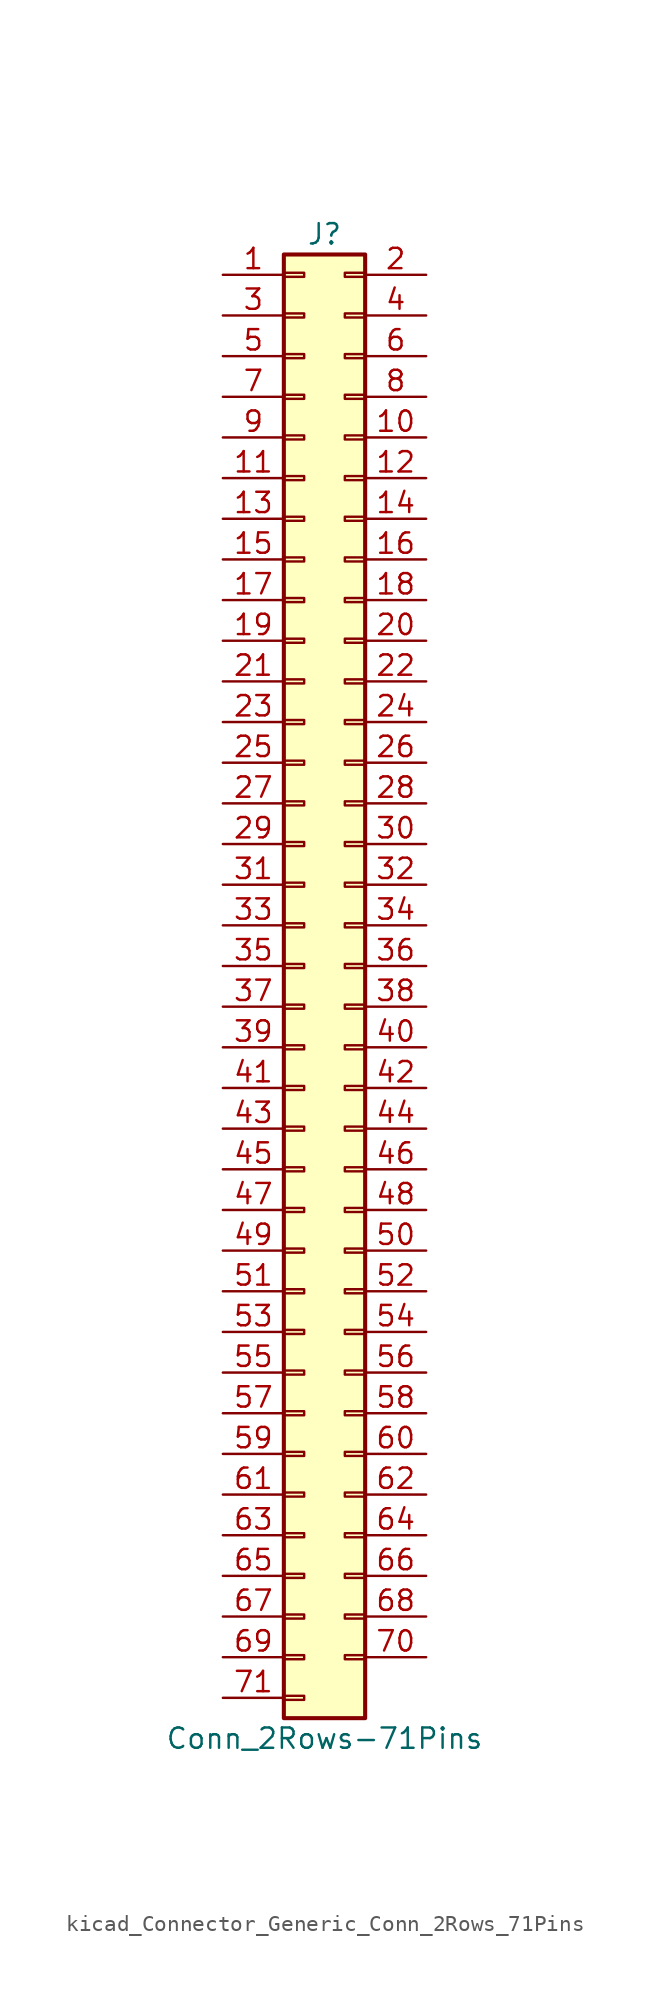
<source format=kicad_sym>
(kicad_symbol_lib
  (version 20220914)
  (generator kicad_symbol_editor)
  (symbol "kicad_Connector_Generic_Conn_2Rows_71Pins"
    (pin_names
      (offset 1.016) hide)
    (property "Reference" "J"
      (at 1.27 45.72 0)
      (effects (font (size 1.27 1.27))))
    (property "Value" "Conn_2Rows-71Pins"
      (at 1.27 -48.26 0)
      (effects (font (size 1.27 1.27))))
    (symbol "kicad_Connector_Generic_Conn_2Rows_71Pins_1_1"
      (rectangle (start -1.27 -45.593) (end 0 -45.847) (stroke (width 0.152) (type default)) (fill (type none)))
      (rectangle (start -1.27 -43.053) (end 0 -43.307) (stroke (width 0.152) (type default)) (fill (type none)))
      (rectangle (start -1.27 -40.513) (end 0 -40.767) (stroke (width 0.152) (type default)) (fill (type none)))
      (rectangle (start -1.27 -37.973) (end 0 -38.227) (stroke (width 0.152) (type default)) (fill (type none)))
      (rectangle (start -1.27 -35.433) (end 0 -35.687) (stroke (width 0.152) (type default)) (fill (type none)))
      (rectangle (start -1.27 -32.893) (end 0 -33.147) (stroke (width 0.152) (type default)) (fill (type none)))
      (rectangle (start -1.27 -30.353) (end 0 -30.607) (stroke (width 0.152) (type default)) (fill (type none)))
      (rectangle (start -1.27 -27.813) (end 0 -28.067) (stroke (width 0.152) (type default)) (fill (type none)))
      (rectangle (start -1.27 -25.273) (end 0 -25.527) (stroke (width 0.152) (type default)) (fill (type none)))
      (rectangle (start -1.27 -22.733) (end 0 -22.987) (stroke (width 0.152) (type default)) (fill (type none)))
      (rectangle (start -1.27 -20.193) (end 0 -20.447) (stroke (width 0.152) (type default)) (fill (type none)))
      (rectangle (start -1.27 -17.653) (end 0 -17.907) (stroke (width 0.152) (type default)) (fill (type none)))
      (rectangle (start -1.27 -15.113) (end 0 -15.367) (stroke (width 0.152) (type default)) (fill (type none)))
      (rectangle (start -1.27 -12.573) (end 0 -12.827) (stroke (width 0.152) (type default)) (fill (type none)))
      (rectangle (start -1.27 -10.033) (end 0 -10.287) (stroke (width 0.152) (type default)) (fill (type none)))
      (rectangle (start -1.27 -7.493) (end 0 -7.747) (stroke (width 0.152) (type default)) (fill (type none)))
      (rectangle (start -1.27 -4.953) (end 0 -5.207) (stroke (width 0.152) (type default)) (fill (type none)))
      (rectangle (start -1.27 -2.413) (end 0 -2.667) (stroke (width 0.152) (type default)) (fill (type none)))
      (rectangle (start -1.27 0.127) (end 0 -0.127) (stroke (width 0.152) (type default)) (fill (type none)))
      (rectangle (start -1.27 2.667) (end 0 2.413) (stroke (width 0.152) (type default)) (fill (type none)))
      (rectangle (start -1.27 5.207) (end 0 4.953) (stroke (width 0.152) (type default)) (fill (type none)))
      (rectangle (start -1.27 7.747) (end 0 7.493) (stroke (width 0.152) (type default)) (fill (type none)))
      (rectangle (start -1.27 10.287) (end 0 10.033) (stroke (width 0.152) (type default)) (fill (type none)))
      (rectangle (start -1.27 12.827) (end 0 12.573) (stroke (width 0.152) (type default)) (fill (type none)))
      (rectangle (start -1.27 15.367) (end 0 15.113) (stroke (width 0.152) (type default)) (fill (type none)))
      (rectangle (start -1.27 17.907) (end 0 17.653) (stroke (width 0.152) (type default)) (fill (type none)))
      (rectangle (start -1.27 20.447) (end 0 20.193) (stroke (width 0.152) (type default)) (fill (type none)))
      (rectangle (start -1.27 22.987) (end 0 22.733) (stroke (width 0.152) (type default)) (fill (type none)))
      (rectangle (start -1.27 25.527) (end 0 25.273) (stroke (width 0.152) (type default)) (fill (type none)))
      (rectangle (start -1.27 28.067) (end 0 27.813) (stroke (width 0.152) (type default)) (fill (type none)))
      (rectangle (start -1.27 30.607) (end 0 30.353) (stroke (width 0.152) (type default)) (fill (type none)))
      (rectangle (start -1.27 33.147) (end 0 32.893) (stroke (width 0.152) (type default)) (fill (type none)))
      (rectangle (start -1.27 35.687) (end 0 35.433) (stroke (width 0.152) (type default)) (fill (type none)))
      (rectangle (start -1.27 38.227) (end 0 37.973) (stroke (width 0.152) (type default)) (fill (type none)))
      (rectangle (start -1.27 40.767) (end 0 40.513) (stroke (width 0.152) (type default)) (fill (type none)))
      (rectangle (start -1.27 43.307) (end 0 43.053) (stroke (width 0.152) (type default)) (fill (type none)))
      (rectangle (start -1.27 44.45) (end 3.81 -46.99) (stroke (width 0.254) (type default)) (fill (type background)))
      (rectangle (start 3.81 -43.053) (end 2.54 -43.307) (stroke (width 0.152) (type default)) (fill (type none)))
      (rectangle (start 3.81 -40.513) (end 2.54 -40.767) (stroke (width 0.152) (type default)) (fill (type none)))
      (rectangle (start 3.81 -37.973) (end 2.54 -38.227) (stroke (width 0.152) (type default)) (fill (type none)))
      (rectangle (start 3.81 -35.433) (end 2.54 -35.687) (stroke (width 0.152) (type default)) (fill (type none)))
      (rectangle (start 3.81 -32.893) (end 2.54 -33.147) (stroke (width 0.152) (type default)) (fill (type none)))
      (rectangle (start 3.81 -30.353) (end 2.54 -30.607) (stroke (width 0.152) (type default)) (fill (type none)))
      (rectangle (start 3.81 -27.813) (end 2.54 -28.067) (stroke (width 0.152) (type default)) (fill (type none)))
      (rectangle (start 3.81 -25.273) (end 2.54 -25.527) (stroke (width 0.152) (type default)) (fill (type none)))
      (rectangle (start 3.81 -22.733) (end 2.54 -22.987) (stroke (width 0.152) (type default)) (fill (type none)))
      (rectangle (start 3.81 -20.193) (end 2.54 -20.447) (stroke (width 0.152) (type default)) (fill (type none)))
      (rectangle (start 3.81 -17.653) (end 2.54 -17.907) (stroke (width 0.152) (type default)) (fill (type none)))
      (rectangle (start 3.81 -15.113) (end 2.54 -15.367) (stroke (width 0.152) (type default)) (fill (type none)))
      (rectangle (start 3.81 -12.573) (end 2.54 -12.827) (stroke (width 0.152) (type default)) (fill (type none)))
      (rectangle (start 3.81 -10.033) (end 2.54 -10.287) (stroke (width 0.152) (type default)) (fill (type none)))
      (rectangle (start 3.81 -7.493) (end 2.54 -7.747) (stroke (width 0.152) (type default)) (fill (type none)))
      (rectangle (start 3.81 -4.953) (end 2.54 -5.207) (stroke (width 0.152) (type default)) (fill (type none)))
      (rectangle (start 3.81 -2.413) (end 2.54 -2.667) (stroke (width 0.152) (type default)) (fill (type none)))
      (rectangle (start 3.81 0.127) (end 2.54 -0.127) (stroke (width 0.152) (type default)) (fill (type none)))
      (rectangle (start 3.81 2.667) (end 2.54 2.413) (stroke (width 0.152) (type default)) (fill (type none)))
      (rectangle (start 3.81 5.207) (end 2.54 4.953) (stroke (width 0.152) (type default)) (fill (type none)))
      (rectangle (start 3.81 7.747) (end 2.54 7.493) (stroke (width 0.152) (type default)) (fill (type none)))
      (rectangle (start 3.81 10.287) (end 2.54 10.033) (stroke (width 0.152) (type default)) (fill (type none)))
      (rectangle (start 3.81 12.827) (end 2.54 12.573) (stroke (width 0.152) (type default)) (fill (type none)))
      (rectangle (start 3.81 15.367) (end 2.54 15.113) (stroke (width 0.152) (type default)) (fill (type none)))
      (rectangle (start 3.81 17.907) (end 2.54 17.653) (stroke (width 0.152) (type default)) (fill (type none)))
      (rectangle (start 3.81 20.447) (end 2.54 20.193) (stroke (width 0.152) (type default)) (fill (type none)))
      (rectangle (start 3.81 22.987) (end 2.54 22.733) (stroke (width 0.152) (type default)) (fill (type none)))
      (rectangle (start 3.81 25.527) (end 2.54 25.273) (stroke (width 0.152) (type default)) (fill (type none)))
      (rectangle (start 3.81 28.067) (end 2.54 27.813) (stroke (width 0.152) (type default)) (fill (type none)))
      (rectangle (start 3.81 30.607) (end 2.54 30.353) (stroke (width 0.152) (type default)) (fill (type none)))
      (rectangle (start 3.81 33.147) (end 2.54 32.893) (stroke (width 0.152) (type default)) (fill (type none)))
      (rectangle (start 3.81 35.687) (end 2.54 35.433) (stroke (width 0.152) (type default)) (fill (type none)))
      (rectangle (start 3.81 38.227) (end 2.54 37.973) (stroke (width 0.152) (type default)) (fill (type none)))
      (rectangle (start 3.81 40.767) (end 2.54 40.513) (stroke (width 0.152) (type default)) (fill (type none)))
      (rectangle (start 3.81 43.307) (end 2.54 43.053) (stroke (width 0.152) (type default)) (fill (type none)))
      (pin passive line (at -5.08 43.18 0) (length 3.81) (name "Pin_1" (effects (font (size 1.27 1.27)))) (number "1" (effects (font (size 1.27 1.27)))))
      (pin passive line (at 7.62 33.02 180) (length 3.81) (name "Pin_10" (effects (font (size 1.27 1.27)))) (number "10" (effects (font (size 1.27 1.27)))))
      (pin passive line (at -5.08 30.48 0) (length 3.81) (name "Pin_11" (effects (font (size 1.27 1.27)))) (number "11" (effects (font (size 1.27 1.27)))))
      (pin passive line (at 7.62 30.48 180) (length 3.81) (name "Pin_12" (effects (font (size 1.27 1.27)))) (number "12" (effects (font (size 1.27 1.27)))))
      (pin passive line (at -5.08 27.94 0) (length 3.81) (name "Pin_13" (effects (font (size 1.27 1.27)))) (number "13" (effects (font (size 1.27 1.27)))))
      (pin passive line (at 7.62 27.94 180) (length 3.81) (name "Pin_14" (effects (font (size 1.27 1.27)))) (number "14" (effects (font (size 1.27 1.27)))))
      (pin passive line (at -5.08 25.4 0) (length 3.81) (name "Pin_15" (effects (font (size 1.27 1.27)))) (number "15" (effects (font (size 1.27 1.27)))))
      (pin passive line (at 7.62 25.4 180) (length 3.81) (name "Pin_16" (effects (font (size 1.27 1.27)))) (number "16" (effects (font (size 1.27 1.27)))))
      (pin passive line (at -5.08 22.86 0) (length 3.81) (name "Pin_17" (effects (font (size 1.27 1.27)))) (number "17" (effects (font (size 1.27 1.27)))))
      (pin passive line (at 7.62 22.86 180) (length 3.81) (name "Pin_18" (effects (font (size 1.27 1.27)))) (number "18" (effects (font (size 1.27 1.27)))))
      (pin passive line (at -5.08 20.32 0) (length 3.81) (name "Pin_19" (effects (font (size 1.27 1.27)))) (number "19" (effects (font (size 1.27 1.27)))))
      (pin passive line (at 7.62 43.18 180) (length 3.81) (name "Pin_2" (effects (font (size 1.27 1.27)))) (number "2" (effects (font (size 1.27 1.27)))))
      (pin passive line (at 7.62 20.32 180) (length 3.81) (name "Pin_20" (effects (font (size 1.27 1.27)))) (number "20" (effects (font (size 1.27 1.27)))))
      (pin passive line (at -5.08 17.78 0) (length 3.81) (name "Pin_21" (effects (font (size 1.27 1.27)))) (number "21" (effects (font (size 1.27 1.27)))))
      (pin passive line (at 7.62 17.78 180) (length 3.81) (name "Pin_22" (effects (font (size 1.27 1.27)))) (number "22" (effects (font (size 1.27 1.27)))))
      (pin passive line (at -5.08 15.24 0) (length 3.81) (name "Pin_23" (effects (font (size 1.27 1.27)))) (number "23" (effects (font (size 1.27 1.27)))))
      (pin passive line (at 7.62 15.24 180) (length 3.81) (name "Pin_24" (effects (font (size 1.27 1.27)))) (number "24" (effects (font (size 1.27 1.27)))))
      (pin passive line (at -5.08 12.7 0) (length 3.81) (name "Pin_25" (effects (font (size 1.27 1.27)))) (number "25" (effects (font (size 1.27 1.27)))))
      (pin passive line (at 7.62 12.7 180) (length 3.81) (name "Pin_26" (effects (font (size 1.27 1.27)))) (number "26" (effects (font (size 1.27 1.27)))))
      (pin passive line (at -5.08 10.16 0) (length 3.81) (name "Pin_27" (effects (font (size 1.27 1.27)))) (number "27" (effects (font (size 1.27 1.27)))))
      (pin passive line (at 7.62 10.16 180) (length 3.81) (name "Pin_28" (effects (font (size 1.27 1.27)))) (number "28" (effects (font (size 1.27 1.27)))))
      (pin passive line (at -5.08 7.62 0) (length 3.81) (name "Pin_29" (effects (font (size 1.27 1.27)))) (number "29" (effects (font (size 1.27 1.27)))))
      (pin passive line (at -5.08 40.64 0) (length 3.81) (name "Pin_3" (effects (font (size 1.27 1.27)))) (number "3" (effects (font (size 1.27 1.27)))))
      (pin passive line (at 7.62 7.62 180) (length 3.81) (name "Pin_30" (effects (font (size 1.27 1.27)))) (number "30" (effects (font (size 1.27 1.27)))))
      (pin passive line (at -5.08 5.08 0) (length 3.81) (name "Pin_31" (effects (font (size 1.27 1.27)))) (number "31" (effects (font (size 1.27 1.27)))))
      (pin passive line (at 7.62 5.08 180) (length 3.81) (name "Pin_32" (effects (font (size 1.27 1.27)))) (number "32" (effects (font (size 1.27 1.27)))))
      (pin passive line (at -5.08 2.54 0) (length 3.81) (name "Pin_33" (effects (font (size 1.27 1.27)))) (number "33" (effects (font (size 1.27 1.27)))))
      (pin passive line (at 7.62 2.54 180) (length 3.81) (name "Pin_34" (effects (font (size 1.27 1.27)))) (number "34" (effects (font (size 1.27 1.27)))))
      (pin passive line (at -5.08 0 0) (length 3.81) (name "Pin_35" (effects (font (size 1.27 1.27)))) (number "35" (effects (font (size 1.27 1.27)))))
      (pin passive line (at 7.62 0 180) (length 3.81) (name "Pin_36" (effects (font (size 1.27 1.27)))) (number "36" (effects (font (size 1.27 1.27)))))
      (pin passive line (at -5.08 -2.54 0) (length 3.81) (name "Pin_37" (effects (font (size 1.27 1.27)))) (number "37" (effects (font (size 1.27 1.27)))))
      (pin passive line (at 7.62 -2.54 180) (length 3.81) (name "Pin_38" (effects (font (size 1.27 1.27)))) (number "38" (effects (font (size 1.27 1.27)))))
      (pin passive line (at -5.08 -5.08 0) (length 3.81) (name "Pin_39" (effects (font (size 1.27 1.27)))) (number "39" (effects (font (size 1.27 1.27)))))
      (pin passive line (at 7.62 40.64 180) (length 3.81) (name "Pin_4" (effects (font (size 1.27 1.27)))) (number "4" (effects (font (size 1.27 1.27)))))
      (pin passive line (at 7.62 -5.08 180) (length 3.81) (name "Pin_40" (effects (font (size 1.27 1.27)))) (number "40" (effects (font (size 1.27 1.27)))))
      (pin passive line (at -5.08 -7.62 0) (length 3.81) (name "Pin_41" (effects (font (size 1.27 1.27)))) (number "41" (effects (font (size 1.27 1.27)))))
      (pin passive line (at 7.62 -7.62 180) (length 3.81) (name "Pin_42" (effects (font (size 1.27 1.27)))) (number "42" (effects (font (size 1.27 1.27)))))
      (pin passive line (at -5.08 -10.16 0) (length 3.81) (name "Pin_43" (effects (font (size 1.27 1.27)))) (number "43" (effects (font (size 1.27 1.27)))))
      (pin passive line (at 7.62 -10.16 180) (length 3.81) (name "Pin_44" (effects (font (size 1.27 1.27)))) (number "44" (effects (font (size 1.27 1.27)))))
      (pin passive line (at -5.08 -12.7 0) (length 3.81) (name "Pin_45" (effects (font (size 1.27 1.27)))) (number "45" (effects (font (size 1.27 1.27)))))
      (pin passive line (at 7.62 -12.7 180) (length 3.81) (name "Pin_46" (effects (font (size 1.27 1.27)))) (number "46" (effects (font (size 1.27 1.27)))))
      (pin passive line (at -5.08 -15.24 0) (length 3.81) (name "Pin_47" (effects (font (size 1.27 1.27)))) (number "47" (effects (font (size 1.27 1.27)))))
      (pin passive line (at 7.62 -15.24 180) (length 3.81) (name "Pin_48" (effects (font (size 1.27 1.27)))) (number "48" (effects (font (size 1.27 1.27)))))
      (pin passive line (at -5.08 -17.78 0) (length 3.81) (name "Pin_49" (effects (font (size 1.27 1.27)))) (number "49" (effects (font (size 1.27 1.27)))))
      (pin passive line (at -5.08 38.1 0) (length 3.81) (name "Pin_5" (effects (font (size 1.27 1.27)))) (number "5" (effects (font (size 1.27 1.27)))))
      (pin passive line (at 7.62 -17.78 180) (length 3.81) (name "Pin_50" (effects (font (size 1.27 1.27)))) (number "50" (effects (font (size 1.27 1.27)))))
      (pin passive line (at -5.08 -20.32 0) (length 3.81) (name "Pin_51" (effects (font (size 1.27 1.27)))) (number "51" (effects (font (size 1.27 1.27)))))
      (pin passive line (at 7.62 -20.32 180) (length 3.81) (name "Pin_52" (effects (font (size 1.27 1.27)))) (number "52" (effects (font (size 1.27 1.27)))))
      (pin passive line (at -5.08 -22.86 0) (length 3.81) (name "Pin_53" (effects (font (size 1.27 1.27)))) (number "53" (effects (font (size 1.27 1.27)))))
      (pin passive line (at 7.62 -22.86 180) (length 3.81) (name "Pin_54" (effects (font (size 1.27 1.27)))) (number "54" (effects (font (size 1.27 1.27)))))
      (pin passive line (at -5.08 -25.4 0) (length 3.81) (name "Pin_55" (effects (font (size 1.27 1.27)))) (number "55" (effects (font (size 1.27 1.27)))))
      (pin passive line (at 7.62 -25.4 180) (length 3.81) (name "Pin_56" (effects (font (size 1.27 1.27)))) (number "56" (effects (font (size 1.27 1.27)))))
      (pin passive line (at -5.08 -27.94 0) (length 3.81) (name "Pin_57" (effects (font (size 1.27 1.27)))) (number "57" (effects (font (size 1.27 1.27)))))
      (pin passive line (at 7.62 -27.94 180) (length 3.81) (name "Pin_58" (effects (font (size 1.27 1.27)))) (number "58" (effects (font (size 1.27 1.27)))))
      (pin passive line (at -5.08 -30.48 0) (length 3.81) (name "Pin_59" (effects (font (size 1.27 1.27)))) (number "59" (effects (font (size 1.27 1.27)))))
      (pin passive line (at 7.62 38.1 180) (length 3.81) (name "Pin_6" (effects (font (size 1.27 1.27)))) (number "6" (effects (font (size 1.27 1.27)))))
      (pin passive line (at 7.62 -30.48 180) (length 3.81) (name "Pin_60" (effects (font (size 1.27 1.27)))) (number "60" (effects (font (size 1.27 1.27)))))
      (pin passive line (at -5.08 -33.02 0) (length 3.81) (name "Pin_61" (effects (font (size 1.27 1.27)))) (number "61" (effects (font (size 1.27 1.27)))))
      (pin passive line (at 7.62 -33.02 180) (length 3.81) (name "Pin_62" (effects (font (size 1.27 1.27)))) (number "62" (effects (font (size 1.27 1.27)))))
      (pin passive line (at -5.08 -35.56 0) (length 3.81) (name "Pin_63" (effects (font (size 1.27 1.27)))) (number "63" (effects (font (size 1.27 1.27)))))
      (pin passive line (at 7.62 -35.56 180) (length 3.81) (name "Pin_64" (effects (font (size 1.27 1.27)))) (number "64" (effects (font (size 1.27 1.27)))))
      (pin passive line (at -5.08 -38.1 0) (length 3.81) (name "Pin_65" (effects (font (size 1.27 1.27)))) (number "65" (effects (font (size 1.27 1.27)))))
      (pin passive line (at 7.62 -38.1 180) (length 3.81) (name "Pin_66" (effects (font (size 1.27 1.27)))) (number "66" (effects (font (size 1.27 1.27)))))
      (pin passive line (at -5.08 -40.64 0) (length 3.81) (name "Pin_67" (effects (font (size 1.27 1.27)))) (number "67" (effects (font (size 1.27 1.27)))))
      (pin passive line (at 7.62 -40.64 180) (length 3.81) (name "Pin_68" (effects (font (size 1.27 1.27)))) (number "68" (effects (font (size 1.27 1.27)))))
      (pin passive line (at -5.08 -43.18 0) (length 3.81) (name "Pin_69" (effects (font (size 1.27 1.27)))) (number "69" (effects (font (size 1.27 1.27)))))
      (pin passive line (at -5.08 35.56 0) (length 3.81) (name "Pin_7" (effects (font (size 1.27 1.27)))) (number "7" (effects (font (size 1.27 1.27)))))
      (pin passive line (at 7.62 -43.18 180) (length 3.81) (name "Pin_70" (effects (font (size 1.27 1.27)))) (number "70" (effects (font (size 1.27 1.27)))))
      (pin passive line (at -5.08 -45.72 0) (length 3.81) (name "Pin_71" (effects (font (size 1.27 1.27)))) (number "71" (effects (font (size 1.27 1.27)))))
      (pin passive line (at 7.62 35.56 180) (length 3.81) (name "Pin_8" (effects (font (size 1.27 1.27)))) (number "8" (effects (font (size 1.27 1.27)))))
      (pin passive line (at -5.08 33.02 0) (length 3.81) (name "Pin_9" (effects (font (size 1.27 1.27)))) (number "9" (effects (font (size 1.27 1.27))))))))
</source>
